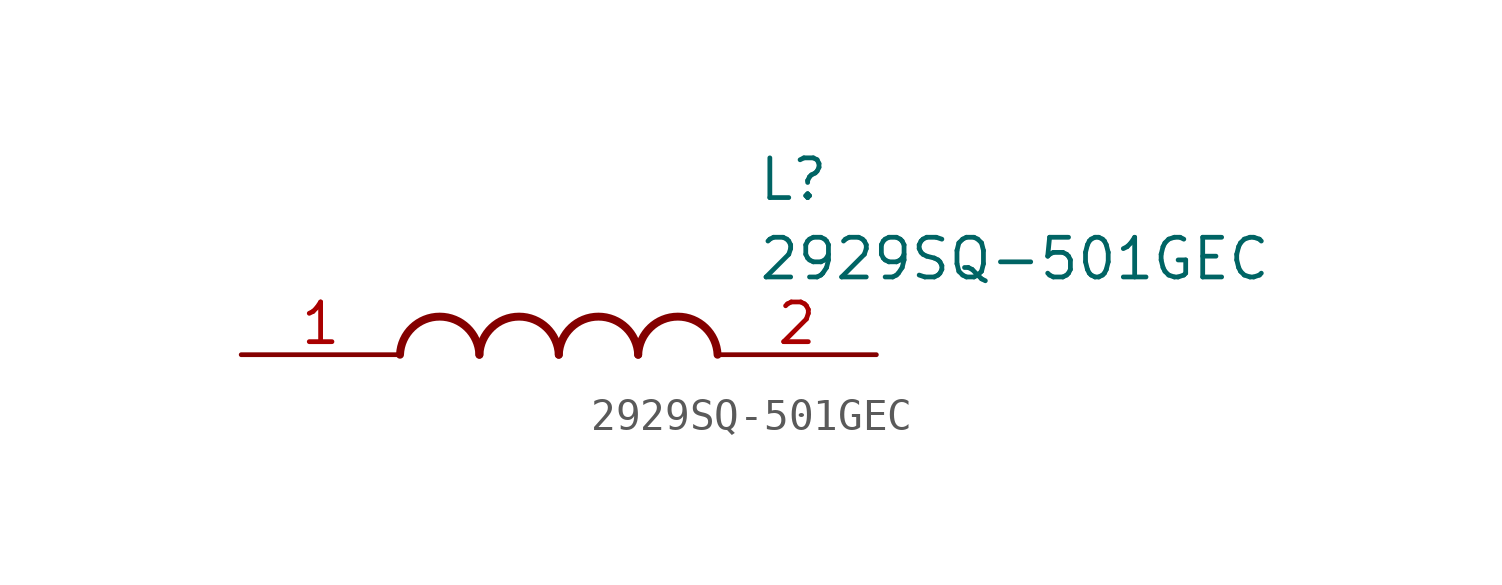
<source format=kicad_sym>
(kicad_symbol_lib
  (version 20211014)
  (generator SamacSys_ECAD_Model)
  (symbol "2929SQ-501GEC"
    (pin_names hide)
    (property "Reference" "L"
      (at 16.51 6.35 0)
      (effects (font (size 1.27 1.27)) (justify left top)))
    (property "Value" "2929SQ-501GEC"
      (at 16.51 3.81 0)
      (effects (font (size 1.27 1.27)) (justify left top)))
    (arc
      (start 7.62 0)
      (mid 6.35 1.219)
      (end 5.08 0)
      (stroke (width 0.254) (type default))
      (fill (type none)))
    (arc
      (start 10.16 0)
      (mid 8.89 1.219)
      (end 7.62 0)
      (stroke (width 0.254) (type default))
      (fill (type none)))
    (arc
      (start 12.7 0)
      (mid 11.43 1.219)
      (end 10.16 0)
      (stroke (width 0.254) (type default))
      (fill (type none)))
    (arc
      (start 15.24 0)
      (mid 13.97 1.219)
      (end 12.7 0)
      (stroke (width 0.254) (type default))
      (fill (type none)))
    (pin passive line
      (at 0 0 0)
      (length 5.08)
      (name "1" (effects (font (size 1.27 1.27))))
      (number "1" (effects (font (size 1.27 1.27)))))
    (pin passive line
      (at 20.32 0 180)
      (length 5.08)
      (name "2" (effects (font (size 1.27 1.27))))
      (number "2" (effects (font (size 1.27 1.27)))))))
</source>
